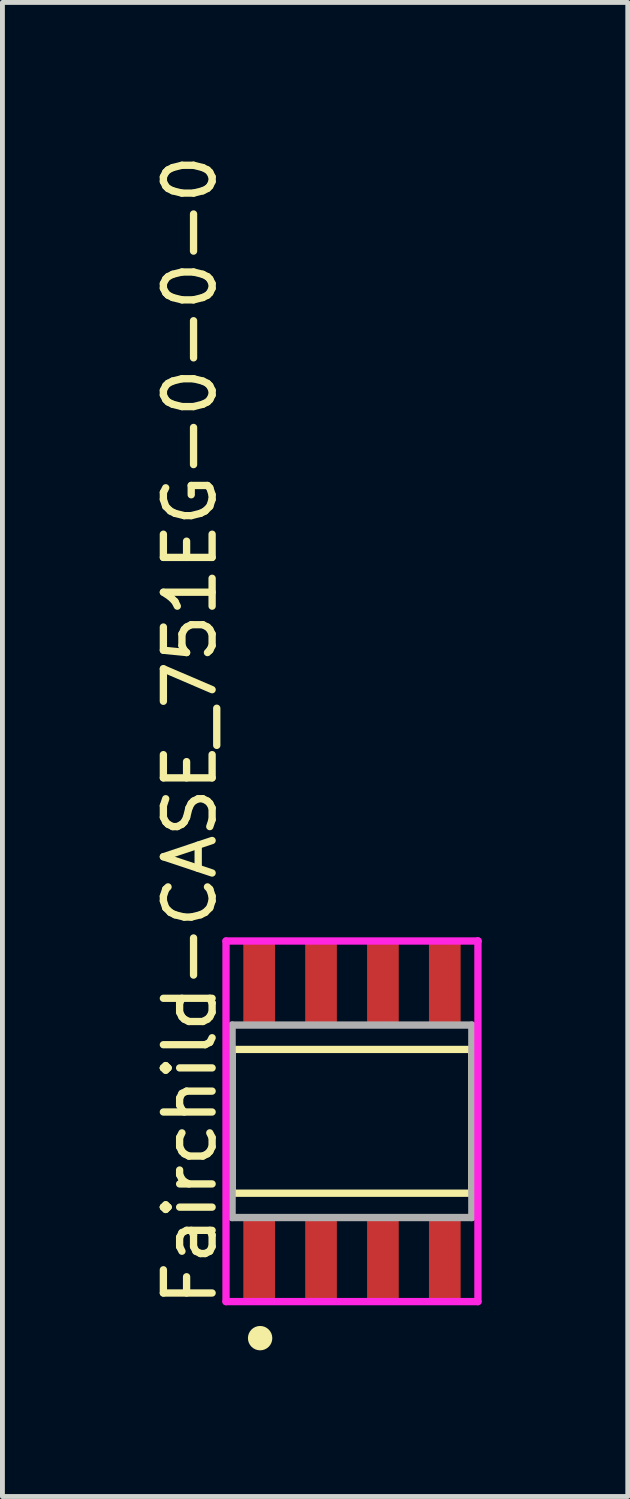
<source format=kicad_pcb>
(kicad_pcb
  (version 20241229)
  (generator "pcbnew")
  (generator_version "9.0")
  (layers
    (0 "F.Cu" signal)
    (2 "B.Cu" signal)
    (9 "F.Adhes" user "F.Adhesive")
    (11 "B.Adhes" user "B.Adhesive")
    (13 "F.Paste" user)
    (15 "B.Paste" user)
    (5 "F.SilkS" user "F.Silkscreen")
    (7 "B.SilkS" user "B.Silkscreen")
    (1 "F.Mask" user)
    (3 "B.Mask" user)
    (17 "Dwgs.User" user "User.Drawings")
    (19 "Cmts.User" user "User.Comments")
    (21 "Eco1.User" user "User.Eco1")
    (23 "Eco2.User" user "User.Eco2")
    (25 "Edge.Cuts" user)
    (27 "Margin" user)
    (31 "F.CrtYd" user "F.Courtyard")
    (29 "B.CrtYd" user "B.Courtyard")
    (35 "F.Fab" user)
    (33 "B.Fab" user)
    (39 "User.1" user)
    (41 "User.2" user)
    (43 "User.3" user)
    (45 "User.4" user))
  (footprint "Fairchild-CASE_751EG-0-0-0"
    (layer "F.Cu")
    (at 4.173 19.961)
    (property "Reference" "Fairchild-CASE_751EG-0-0-0" (at -3.325 3.86 270) (layer "F.SilkS") (effects (font (size 1 1) (thickness 0.15)) (justify left)))
    (attr through_hole)
    (fp_line (start -2.46 -1.475) (end 2.46 -1.475) (stroke (width 0.15) (type solid)) (layer "F.SilkS"))
    (fp_line (start -2.46 1.475) (end -2.46 -1.475) (stroke (width 0.15) (type solid)) (layer "F.SilkS"))
    (fp_line (start 2.46 -1.475) (end 2.46 1.475) (stroke (width 0.15) (type solid)) (layer "F.SilkS"))
    (fp_line (start 2.46 1.475) (end -2.46 1.475) (stroke (width 0.15) (type solid)) (layer "F.SilkS"))
    (fp_circle (center -1.885 4.45) (end -1.76 4.45) (stroke (width 0.25) (type solid)) (fill no) (layer "F.SilkS"))
    (fp_line (start -2.585 -3.7) (end -2.585 3.7) (stroke (width 0.15) (type solid)) (layer "F.CrtYd"))
    (fp_line (start -2.585 3.7) (end 2.585 3.7) (stroke (width 0.15) (type solid)) (layer "F.CrtYd"))
    (fp_line (start 2.585 -3.7) (end -2.585 -3.7) (stroke (width 0.15) (type solid)) (layer "F.CrtYd"))
    (fp_line (start 2.585 -3.7) (end 2.585 -3.7) (stroke (width 0.15) (type solid)) (layer "F.CrtYd"))
    (fp_line (start 2.585 3.7) (end 2.585 -3.7) (stroke (width 0.15) (type solid)) (layer "F.CrtYd"))
    (fp_line (start -2.46 -1.975) (end 2.46 -1.975) (stroke (width 0.15) (type solid)) (layer "F.Fab"))
    (fp_line (start -2.46 1.975) (end -2.46 -1.975) (stroke (width 0.15) (type solid)) (layer "F.Fab"))
    (fp_line (start 2.46 -1.975) (end 2.46 1.975) (stroke (width 0.15) (type solid)) (layer "F.Fab"))
    (fp_line (start 2.46 1.975) (end -2.46 1.975) (stroke (width 0.15) (type solid)) (layer "F.Fab"))
    (pad "1" smd rect (at -1.905 2.8) (size 0.65 1.75) (layers "F.Cu" "F.Mask" "F.Paste"))
    (pad "2" smd rect (at -0.635 2.8) (size 0.65 1.75) (layers "F.Cu" "F.Mask" "F.Paste"))
    (pad "3" smd rect (at 0.635 2.8) (size 0.65 1.75) (layers "F.Cu" "F.Mask" "F.Paste"))
    (pad "4" smd rect (at 1.905 2.8) (size 0.65 1.75) (layers "F.Cu" "F.Mask" "F.Paste"))
    (pad "5" smd rect (at 1.905 -2.8) (size 0.65 1.75) (layers "F.Cu" "F.Mask" "F.Paste"))
    (pad "6" smd rect (at 0.635 -2.8) (size 0.65 1.75) (layers "F.Cu" "F.Mask" "F.Paste"))
    (pad "7" smd rect (at -0.635 -2.8) (size 0.65 1.75) (layers "F.Cu" "F.Mask" "F.Paste"))
    (pad "8" smd rect (at -1.905 -2.8) (size 0.65 1.75) (layers "F.Cu" "F.Mask" "F.Paste")))
  (gr_rect
    (start -3 -3)
    (end 9.833 27.661)
    (stroke (width 0.1) (type default))
    (fill no)
    (layer "Edge.Cuts")))
</source>
